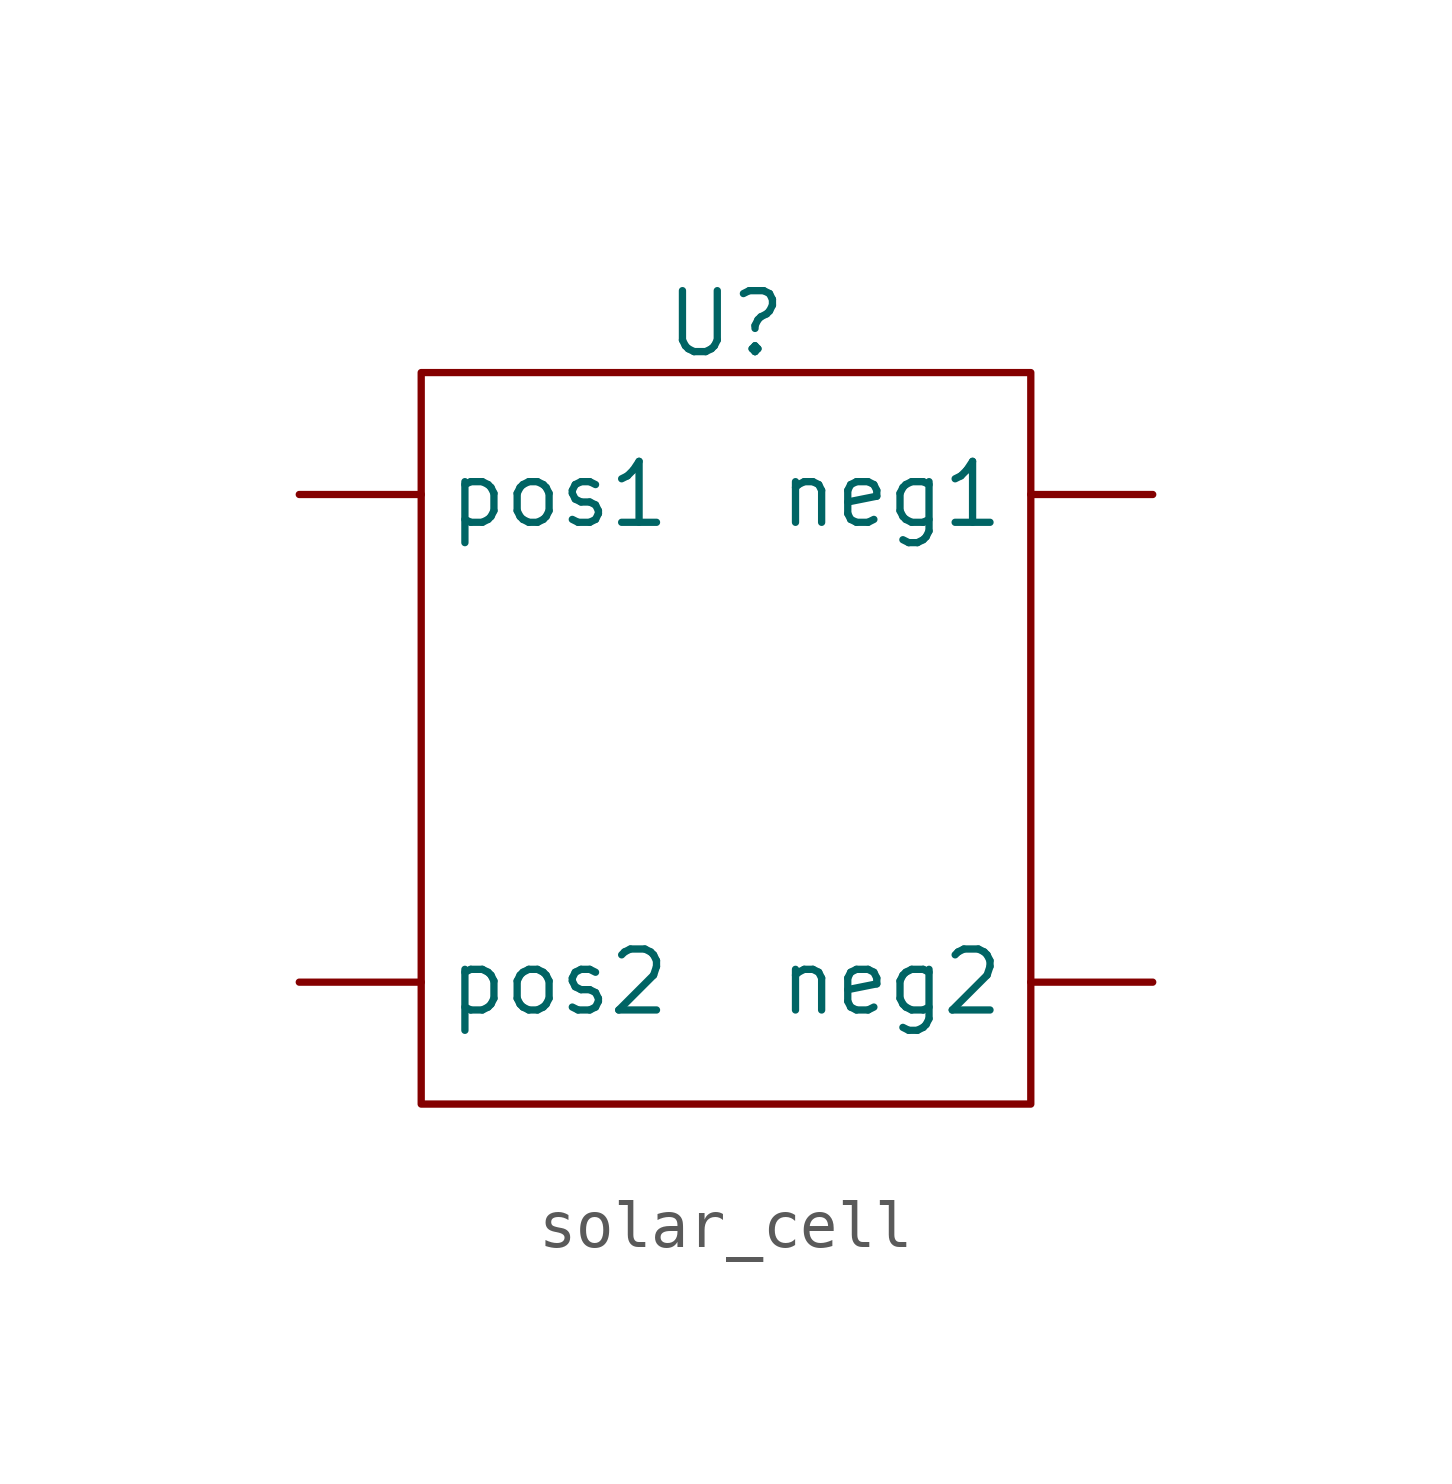
<source format=kicad_sym>
(kicad_symbol_lib
  (version 20231120)
  (generator "kicad_symbol_editor")
  (generator_version "8.0")
  (symbol "solar_cell"
    (property "Reference" "U"
      (at 0 8.636 0)
      (effects (font (size 1.27 1.27))))
    (property "Value" ""
      (at -1.27 2.54 0)
      (effects (font (size 1.27 1.27))))
    (symbol "solar_cell_0_1"
      (rectangle (start -6.35 7.62) (end 6.35 -7.62) (stroke (width 0) (type default)) (fill (type none))))
    (symbol "solar_cell_1_1"
      (pin output line (at 8.89 5.08 180) (length 2.54) (name "neg1" (effects (font (size 1.27 1.27)))) (number "" (effects (font (size 1.27 1.27)))))
      (pin output line (at 8.89 -5.08 180) (length 2.54) (name "neg2" (effects (font (size 1.27 1.27)))) (number "" (effects (font (size 1.27 1.27)))))
      (pin input line (at -8.89 5.08 0) (length 2.54) (name "pos1" (effects (font (size 1.27 1.27)))) (number "" (effects (font (size 1.27 1.27)))))
      (pin input line (at -8.89 -5.08 0) (length 2.54) (name "pos2" (effects (font (size 1.27 1.27)))) (number "" (effects (font (size 1.27 1.27))))))))
</source>
